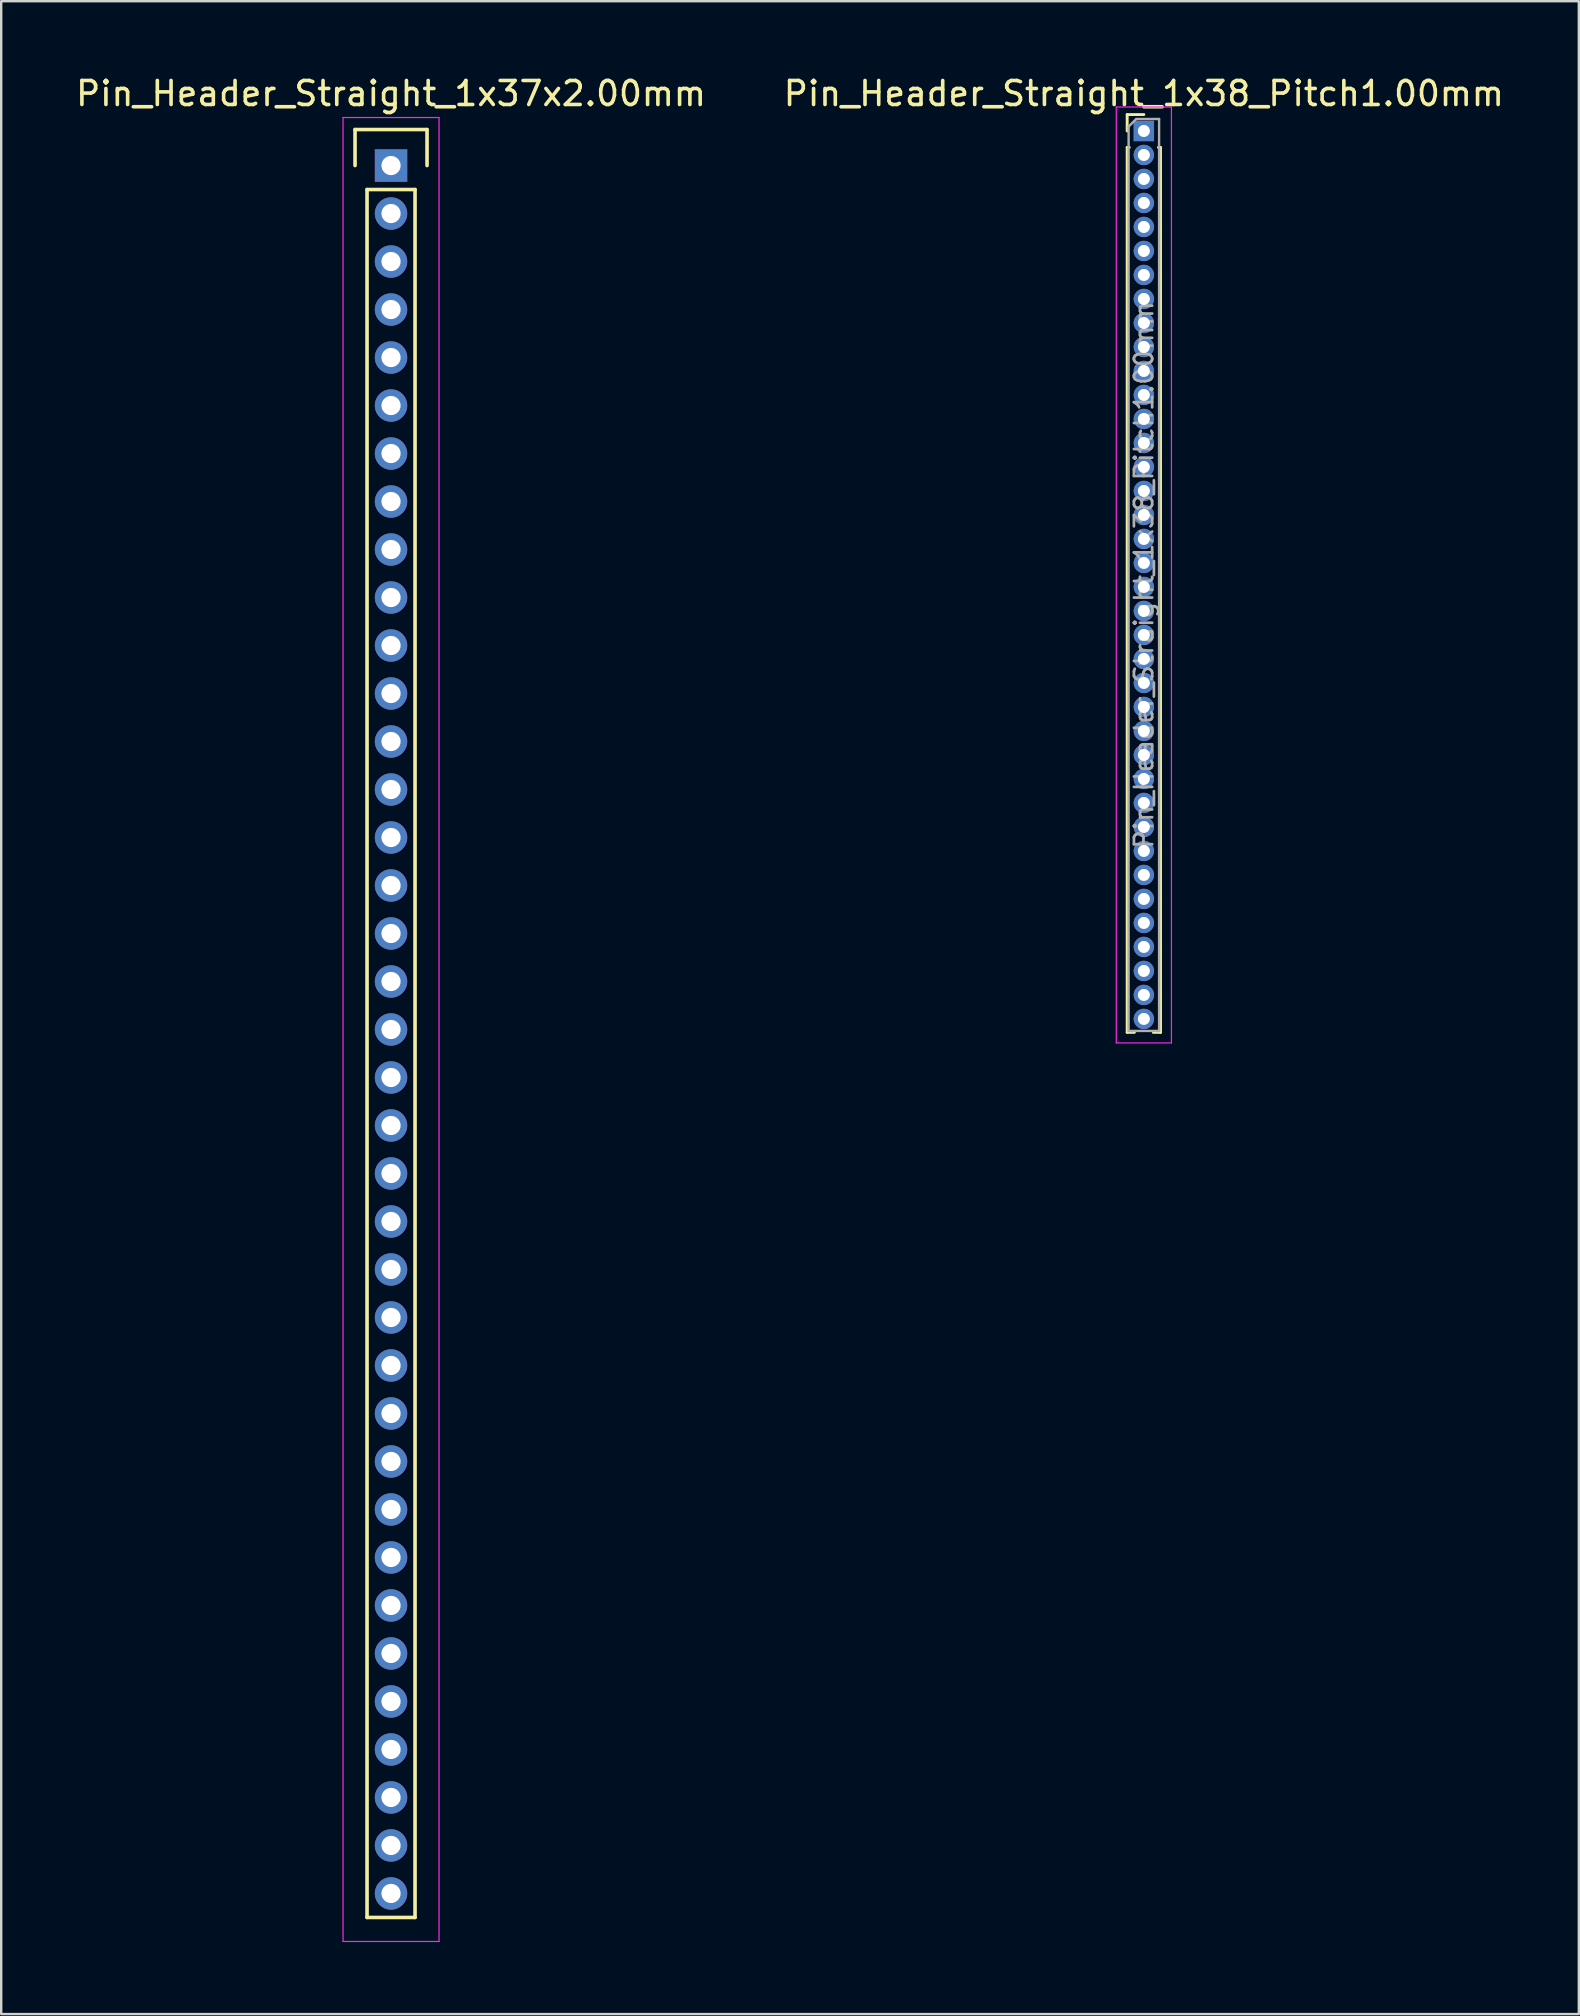
<source format=kicad_pcb>
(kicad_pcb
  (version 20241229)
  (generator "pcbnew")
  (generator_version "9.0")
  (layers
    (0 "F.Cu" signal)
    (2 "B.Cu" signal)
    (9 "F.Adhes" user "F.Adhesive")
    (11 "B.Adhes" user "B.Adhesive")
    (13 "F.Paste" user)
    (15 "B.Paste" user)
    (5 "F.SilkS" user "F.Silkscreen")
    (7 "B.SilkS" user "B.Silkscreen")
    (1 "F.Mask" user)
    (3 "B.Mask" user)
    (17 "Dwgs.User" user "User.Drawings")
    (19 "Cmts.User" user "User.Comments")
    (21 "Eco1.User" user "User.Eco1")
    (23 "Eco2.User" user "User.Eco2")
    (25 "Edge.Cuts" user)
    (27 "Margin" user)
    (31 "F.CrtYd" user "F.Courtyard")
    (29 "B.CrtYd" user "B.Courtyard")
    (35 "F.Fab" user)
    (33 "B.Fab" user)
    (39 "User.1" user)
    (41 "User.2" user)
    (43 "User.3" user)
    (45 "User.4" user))
  (footprint "Pin_Header_Straight_1x37x2.00mm"
    (layer "F.Cu")
    (at 13.244 3.848)
    (property "Reference" "Pin_Header_Straight_1x37x2.00mm" (at 0 -3 0) (layer "F.SilkS") (effects (font (size 1 1) (thickness 0.15))))
    (attr through_hole)
    (fp_line (start -1.5 -1.5) (end 1.5 -1.5) (stroke (width 0.15) (type solid)) (layer "F.SilkS"))
    (fp_line (start -1.5 0) (end -1.5 -1.5) (stroke (width 0.15) (type solid)) (layer "F.SilkS"))
    (fp_line (start -1 1) (end 1 1) (stroke (width 0.15) (type solid)) (layer "F.SilkS"))
    (fp_line (start -1 73) (end -1 1) (stroke (width 0.15) (type solid)) (layer "F.SilkS"))
    (fp_line (start 1 1) (end 1 73) (stroke (width 0.15) (type solid)) (layer "F.SilkS"))
    (fp_line (start 1 73) (end -1 73) (stroke (width 0.15) (type solid)) (layer "F.SilkS"))
    (fp_line (start 1.5 -1.5) (end 1.5 0) (stroke (width 0.15) (type solid)) (layer "F.SilkS"))
    (fp_line (start -2 -2) (end 2 -2) (stroke (width 0.05) (type solid)) (layer "F.CrtYd"))
    (fp_line (start -2 74) (end -2 -2) (stroke (width 0.05) (type solid)) (layer "F.CrtYd"))
    (fp_line (start 2 -2) (end 2 74) (stroke (width 0.05) (type solid)) (layer "F.CrtYd"))
    (fp_line (start 2 74) (end -2 74) (stroke (width 0.05) (type solid)) (layer "F.CrtYd"))
    (pad "1" thru_hole rect (at 0 0) (size 1.35 1.35) (drill 0.8) (layers "*.Cu" "*.Mask"))
    (pad "2" thru_hole circle (at 0 2) (size 1.35 1.35) (drill 0.8) (layers "*.Cu" "*.Mask"))
    (pad "3" thru_hole circle (at 0 4) (size 1.35 1.35) (drill 0.8) (layers "*.Cu" "*.Mask"))
    (pad "4" thru_hole circle (at 0 6) (size 1.35 1.35) (drill 0.8) (layers "*.Cu" "*.Mask"))
    (pad "5" thru_hole circle (at 0 8) (size 1.35 1.35) (drill 0.8) (layers "*.Cu" "*.Mask"))
    (pad "6" thru_hole circle (at 0 10) (size 1.35 1.35) (drill 0.8) (layers "*.Cu" "*.Mask"))
    (pad "7" thru_hole circle (at 0 12) (size 1.35 1.35) (drill 0.8) (layers "*.Cu" "*.Mask"))
    (pad "8" thru_hole circle (at 0 14) (size 1.35 1.35) (drill 0.8) (layers "*.Cu" "*.Mask"))
    (pad "9" thru_hole circle (at 0 16) (size 1.35 1.35) (drill 0.8) (layers "*.Cu" "*.Mask"))
    (pad "10" thru_hole circle (at 0 18) (size 1.35 1.35) (drill 0.8) (layers "*.Cu" "*.Mask"))
    (pad "11" thru_hole circle (at 0 20) (size 1.35 1.35) (drill 0.8) (layers "*.Cu" "*.Mask"))
    (pad "12" thru_hole circle (at 0 22) (size 1.35 1.35) (drill 0.8) (layers "*.Cu" "*.Mask"))
    (pad "13" thru_hole circle (at 0 24) (size 1.35 1.35) (drill 0.8) (layers "*.Cu" "*.Mask"))
    (pad "14" thru_hole circle (at 0 26) (size 1.35 1.35) (drill 0.8) (layers "*.Cu" "*.Mask"))
    (pad "15" thru_hole circle (at 0 28) (size 1.35 1.35) (drill 0.8) (layers "*.Cu" "*.Mask"))
    (pad "16" thru_hole circle (at 0 30) (size 1.35 1.35) (drill 0.8) (layers "*.Cu" "*.Mask"))
    (pad "17" thru_hole circle (at 0 32) (size 1.35 1.35) (drill 0.8) (layers "*.Cu" "*.Mask"))
    (pad "18" thru_hole circle (at 0 34) (size 1.35 1.35) (drill 0.8) (layers "*.Cu" "*.Mask"))
    (pad "19" thru_hole circle (at 0 36) (size 1.35 1.35) (drill 0.8) (layers "*.Cu" "*.Mask"))
    (pad "20" thru_hole circle (at 0 38) (size 1.35 1.35) (drill 0.8) (layers "*.Cu" "*.Mask"))
    (pad "21" thru_hole circle (at 0 40) (size 1.35 1.35) (drill 0.8) (layers "*.Cu" "*.Mask"))
    (pad "22" thru_hole circle (at 0 42) (size 1.35 1.35) (drill 0.8) (layers "*.Cu" "*.Mask"))
    (pad "23" thru_hole circle (at 0 44) (size 1.35 1.35) (drill 0.8) (layers "*.Cu" "*.Mask"))
    (pad "24" thru_hole circle (at 0 46) (size 1.35 1.35) (drill 0.8) (layers "*.Cu" "*.Mask"))
    (pad "25" thru_hole circle (at 0 48) (size 1.35 1.35) (drill 0.8) (layers "*.Cu" "*.Mask"))
    (pad "26" thru_hole circle (at 0 50) (size 1.35 1.35) (drill 0.8) (layers "*.Cu" "*.Mask"))
    (pad "27" thru_hole circle (at 0 52) (size 1.35 1.35) (drill 0.8) (layers "*.Cu" "*.Mask"))
    (pad "28" thru_hole circle (at 0 54) (size 1.35 1.35) (drill 0.8) (layers "*.Cu" "*.Mask"))
    (pad "29" thru_hole circle (at 0 56) (size 1.35 1.35) (drill 0.8) (layers "*.Cu" "*.Mask"))
    (pad "30" thru_hole circle (at 0 58) (size 1.35 1.35) (drill 0.8) (layers "*.Cu" "*.Mask"))
    (pad "31" thru_hole circle (at 0 60) (size 1.35 1.35) (drill 0.8) (layers "*.Cu" "*.Mask"))
    (pad "32" thru_hole circle (at 0 62) (size 1.35 1.35) (drill 0.8) (layers "*.Cu" "*.Mask"))
    (pad "33" thru_hole circle (at 0 64) (size 1.35 1.35) (drill 0.8) (layers "*.Cu" "*.Mask"))
    (pad "34" thru_hole circle (at 0 66) (size 1.35 1.35) (drill 0.8) (layers "*.Cu" "*.Mask"))
    (pad "35" thru_hole circle (at 0 68) (size 1.35 1.35) (drill 0.8) (layers "*.Cu" "*.Mask"))
    (pad "36" thru_hole circle (at 0 70) (size 1.35 1.35) (drill 0.8) (layers "*.Cu" "*.Mask"))
    (pad "37" thru_hole circle (at 0 72) (size 1.35 1.35) (drill 0.8) (layers "*.Cu" "*.Mask")))
  (footprint "Pin_Header_Straight_1x38_Pitch1.00mm"
    (layer "F.Cu")
    (at 44.613 2.408)
    (property "Reference" "Pin_Header_Straight_1x38_Pitch1.00mm" (at 0 -1.56 0) (layer "F.SilkS") (effects (font (size 1 1) (thickness 0.15))))
    (attr through_hole)
    (fp_line (start -0.695 -0.685) (end 0 -0.685) (stroke (width 0.12) (type solid)) (layer "F.SilkS"))
    (fp_line (start -0.695 0) (end -0.695 -0.685) (stroke (width 0.12) (type solid)) (layer "F.SilkS"))
    (fp_line (start -0.695 0.685) (end -0.695 37.56) (stroke (width 0.12) (type solid)) (layer "F.SilkS"))
    (fp_line (start -0.695 0.685) (end -0.608 0.685) (stroke (width 0.12) (type solid)) (layer "F.SilkS"))
    (fp_line (start -0.695 37.56) (end -0.394 37.56) (stroke (width 0.12) (type solid)) (layer "F.SilkS"))
    (fp_line (start 0.394 37.56) (end 0.695 37.56) (stroke (width 0.12) (type solid)) (layer "F.SilkS"))
    (fp_line (start 0.608 0.685) (end 0.695 0.685) (stroke (width 0.12) (type solid)) (layer "F.SilkS"))
    (fp_line (start 0.695 0.685) (end 0.695 37.56) (stroke (width 0.12) (type solid)) (layer "F.SilkS"))
    (fp_line (start -1.15 -1) (end -1.15 38) (stroke (width 0.05) (type solid)) (layer "F.CrtYd"))
    (fp_line (start -1.15 38) (end 1.15 38) (stroke (width 0.05) (type solid)) (layer "F.CrtYd"))
    (fp_line (start 1.15 -1) (end -1.15 -1) (stroke (width 0.05) (type solid)) (layer "F.CrtYd"))
    (fp_line (start 1.15 38) (end 1.15 -1) (stroke (width 0.05) (type solid)) (layer "F.CrtYd"))
    (fp_line (start -0.635 -0.182) (end -0.318 -0.5) (stroke (width 0.1) (type solid)) (layer "F.Fab"))
    (fp_line (start -0.635 37.5) (end -0.635 -0.182) (stroke (width 0.1) (type solid)) (layer "F.Fab"))
    (fp_line (start -0.318 -0.5) (end 0.635 -0.5) (stroke (width 0.1) (type solid)) (layer "F.Fab"))
    (fp_line (start 0.635 -0.5) (end 0.635 37.5) (stroke (width 0.1) (type solid)) (layer "F.Fab"))
    (fp_line (start 0.635 37.5) (end -0.635 37.5) (stroke (width 0.1) (type solid)) (layer "F.Fab"))
    (fp_text user "${REFERENCE}" (at 0 18.5 90) (layer "F.Fab") (effects (font (size 0.76 0.76) (thickness 0.114))))
    (pad "1" thru_hole rect (at 0 0) (size 0.85 0.85) (drill 0.5) (layers "*.Cu" "*.Mask"))
    (pad "2" thru_hole oval (at 0 1) (size 0.85 0.85) (drill 0.5) (layers "*.Cu" "*.Mask"))
    (pad "3" thru_hole oval (at 0 2) (size 0.85 0.85) (drill 0.5) (layers "*.Cu" "*.Mask"))
    (pad "4" thru_hole oval (at 0 3) (size 0.85 0.85) (drill 0.5) (layers "*.Cu" "*.Mask"))
    (pad "5" thru_hole oval (at 0 4) (size 0.85 0.85) (drill 0.5) (layers "*.Cu" "*.Mask"))
    (pad "6" thru_hole oval (at 0 5) (size 0.85 0.85) (drill 0.5) (layers "*.Cu" "*.Mask"))
    (pad "7" thru_hole oval (at 0 6) (size 0.85 0.85) (drill 0.5) (layers "*.Cu" "*.Mask"))
    (pad "8" thru_hole oval (at 0 7) (size 0.85 0.85) (drill 0.5) (layers "*.Cu" "*.Mask"))
    (pad "9" thru_hole oval (at 0 8) (size 0.85 0.85) (drill 0.5) (layers "*.Cu" "*.Mask"))
    (pad "10" thru_hole oval (at 0 9) (size 0.85 0.85) (drill 0.5) (layers "*.Cu" "*.Mask"))
    (pad "11" thru_hole oval (at 0 10) (size 0.85 0.85) (drill 0.5) (layers "*.Cu" "*.Mask"))
    (pad "12" thru_hole oval (at 0 11) (size 0.85 0.85) (drill 0.5) (layers "*.Cu" "*.Mask"))
    (pad "13" thru_hole oval (at 0 12) (size 0.85 0.85) (drill 0.5) (layers "*.Cu" "*.Mask"))
    (pad "14" thru_hole oval (at 0 13) (size 0.85 0.85) (drill 0.5) (layers "*.Cu" "*.Mask"))
    (pad "15" thru_hole oval (at 0 14) (size 0.85 0.85) (drill 0.5) (layers "*.Cu" "*.Mask"))
    (pad "16" thru_hole oval (at 0 15) (size 0.85 0.85) (drill 0.5) (layers "*.Cu" "*.Mask"))
    (pad "17" thru_hole oval (at 0 16) (size 0.85 0.85) (drill 0.5) (layers "*.Cu" "*.Mask"))
    (pad "18" thru_hole oval (at 0 17) (size 0.85 0.85) (drill 0.5) (layers "*.Cu" "*.Mask"))
    (pad "19" thru_hole oval (at 0 18) (size 0.85 0.85) (drill 0.5) (layers "*.Cu" "*.Mask"))
    (pad "20" thru_hole oval (at 0 19) (size 0.85 0.85) (drill 0.5) (layers "*.Cu" "*.Mask"))
    (pad "21" thru_hole oval (at 0 20) (size 0.85 0.85) (drill 0.5) (layers "*.Cu" "*.Mask"))
    (pad "22" thru_hole oval (at 0 21) (size 0.85 0.85) (drill 0.5) (layers "*.Cu" "*.Mask"))
    (pad "23" thru_hole oval (at 0 22) (size 0.85 0.85) (drill 0.5) (layers "*.Cu" "*.Mask"))
    (pad "24" thru_hole oval (at 0 23) (size 0.85 0.85) (drill 0.5) (layers "*.Cu" "*.Mask"))
    (pad "25" thru_hole oval (at 0 24) (size 0.85 0.85) (drill 0.5) (layers "*.Cu" "*.Mask"))
    (pad "26" thru_hole oval (at 0 25) (size 0.85 0.85) (drill 0.5) (layers "*.Cu" "*.Mask"))
    (pad "27" thru_hole oval (at 0 26) (size 0.85 0.85) (drill 0.5) (layers "*.Cu" "*.Mask"))
    (pad "28" thru_hole oval (at 0 27) (size 0.85 0.85) (drill 0.5) (layers "*.Cu" "*.Mask"))
    (pad "29" thru_hole oval (at 0 28) (size 0.85 0.85) (drill 0.5) (layers "*.Cu" "*.Mask"))
    (pad "30" thru_hole oval (at 0 29) (size 0.85 0.85) (drill 0.5) (layers "*.Cu" "*.Mask"))
    (pad "31" thru_hole oval (at 0 30) (size 0.85 0.85) (drill 0.5) (layers "*.Cu" "*.Mask"))
    (pad "32" thru_hole oval (at 0 31) (size 0.85 0.85) (drill 0.5) (layers "*.Cu" "*.Mask"))
    (pad "33" thru_hole oval (at 0 32) (size 0.85 0.85) (drill 0.5) (layers "*.Cu" "*.Mask"))
    (pad "34" thru_hole oval (at 0 33) (size 0.85 0.85) (drill 0.5) (layers "*.Cu" "*.Mask"))
    (pad "35" thru_hole oval (at 0 34) (size 0.85 0.85) (drill 0.5) (layers "*.Cu" "*.Mask"))
    (pad "36" thru_hole oval (at 0 35) (size 0.85 0.85) (drill 0.5) (layers "*.Cu" "*.Mask"))
    (pad "37" thru_hole oval (at 0 36) (size 0.85 0.85) (drill 0.5) (layers "*.Cu" "*.Mask"))
    (pad "38" thru_hole oval (at 0 37) (size 0.85 0.85) (drill 0.5) (layers "*.Cu" "*.Mask")))
  (gr_rect
    (start -3 -3)
    (end 62.738 80.873)
    (stroke (width 0.1) (type default))
    (fill no)
    (layer "Edge.Cuts")))
</source>
